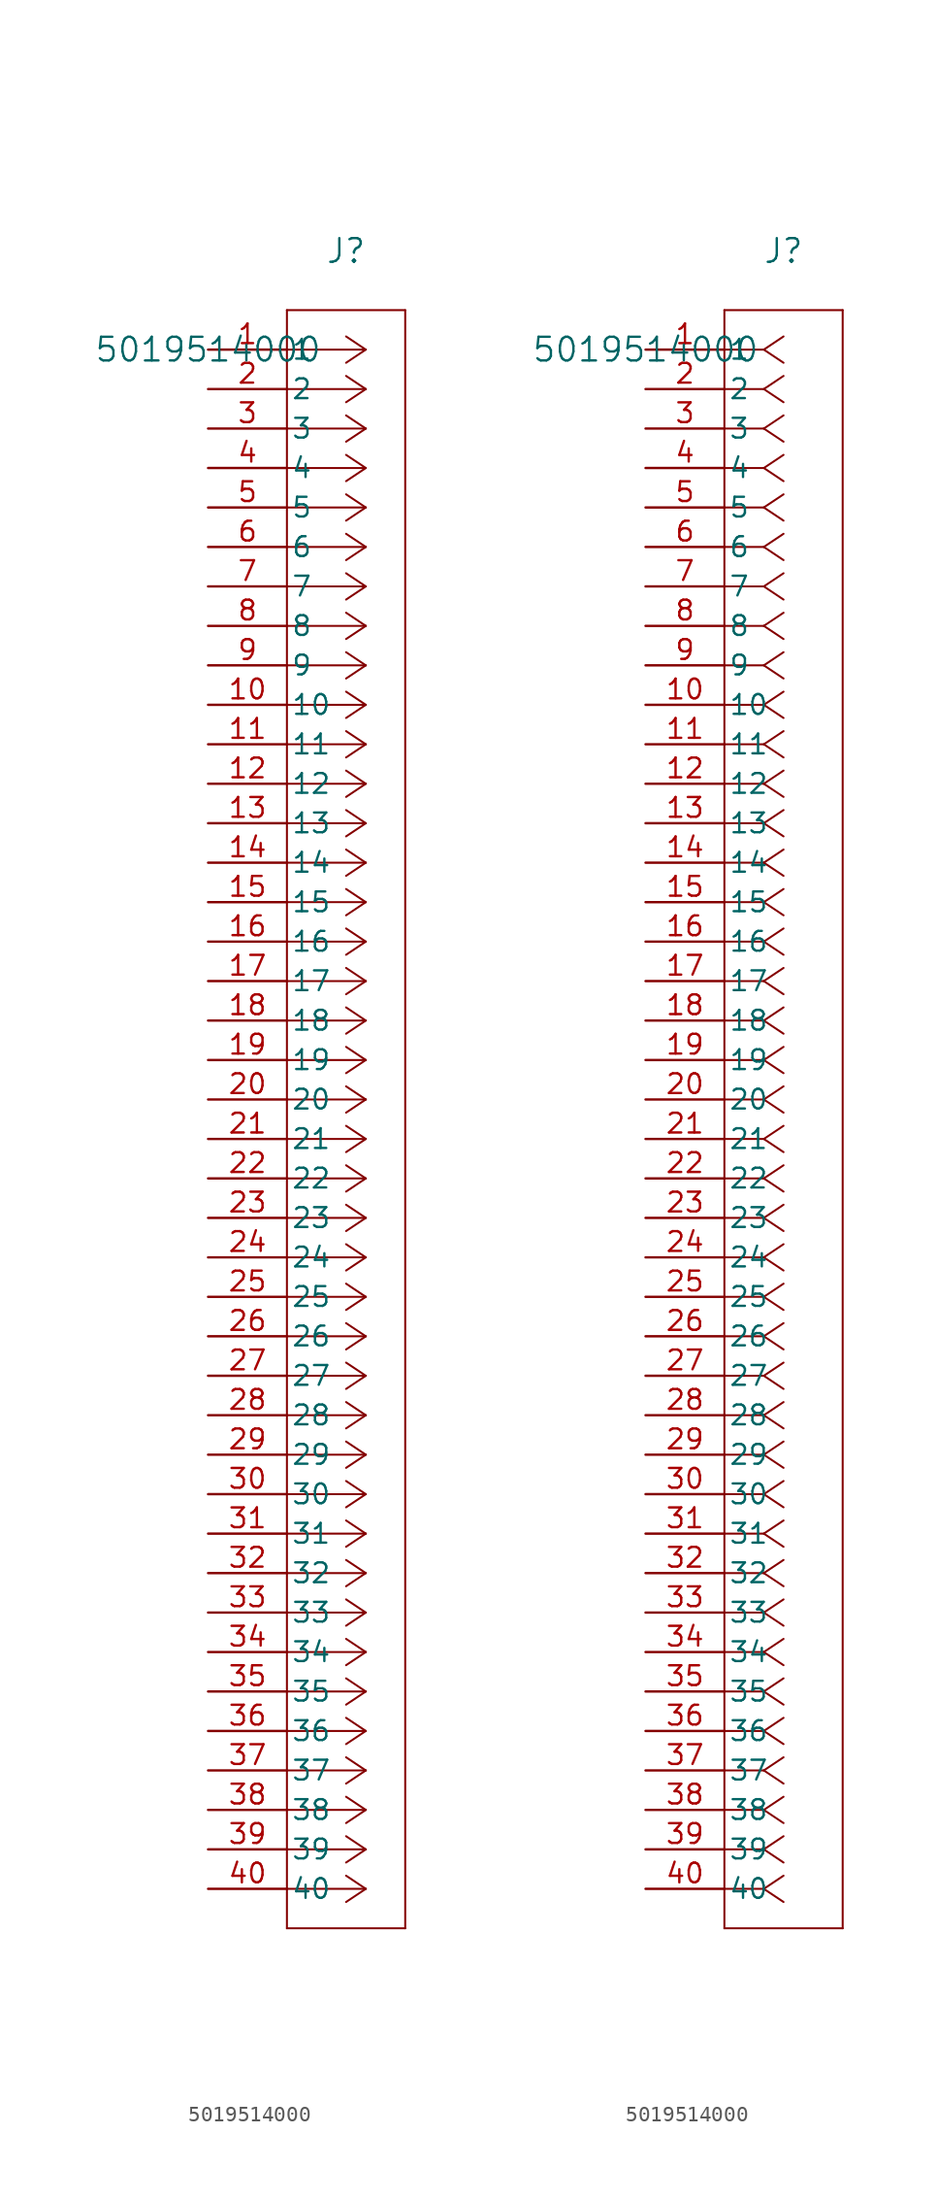
<source format=kicad_sym>
(kicad_symbol_lib
  (version 20211014)
  (generator kicad_symbol_editor)
  (symbol "5019514000"
    (pin_names
      (offset 0.254))
    (property "Reference" "J"
      (at 8.89 6.35 0)
      (effects (font (size 1.524 1.524))))
    (property "Value" "5019514000"
      (at 0 0 0)
      (effects (font (size 1.524 1.524))))
    (symbol "5019514000_1_1"
      (polyline (pts (xy 10.16 0) (xy 5.08 0)) (stroke (width 0.127) (type default) (color 0 0 0 0)) (fill (type none)))
      (polyline (pts (xy 10.16 -2.54) (xy 5.08 -2.54)) (stroke (width 0.127) (type default) (color 0 0 0 0)) (fill (type none)))
      (polyline (pts (xy 10.16 -5.08) (xy 5.08 -5.08)) (stroke (width 0.127) (type default) (color 0 0 0 0)) (fill (type none)))
      (polyline (pts (xy 10.16 -7.62) (xy 5.08 -7.62)) (stroke (width 0.127) (type default) (color 0 0 0 0)) (fill (type none)))
      (polyline (pts (xy 10.16 -10.16) (xy 5.08 -10.16)) (stroke (width 0.127) (type default) (color 0 0 0 0)) (fill (type none)))
      (polyline (pts (xy 10.16 -12.7) (xy 5.08 -12.7)) (stroke (width 0.127) (type default) (color 0 0 0 0)) (fill (type none)))
      (polyline (pts (xy 10.16 -15.24) (xy 5.08 -15.24)) (stroke (width 0.127) (type default) (color 0 0 0 0)) (fill (type none)))
      (polyline (pts (xy 10.16 -17.78) (xy 5.08 -17.78)) (stroke (width 0.127) (type default) (color 0 0 0 0)) (fill (type none)))
      (polyline (pts (xy 10.16 -20.32) (xy 5.08 -20.32)) (stroke (width 0.127) (type default) (color 0 0 0 0)) (fill (type none)))
      (polyline (pts (xy 10.16 -22.86) (xy 5.08 -22.86)) (stroke (width 0.127) (type default) (color 0 0 0 0)) (fill (type none)))
      (polyline (pts (xy 10.16 -25.4) (xy 5.08 -25.4)) (stroke (width 0.127) (type default) (color 0 0 0 0)) (fill (type none)))
      (polyline (pts (xy 10.16 -27.94) (xy 5.08 -27.94)) (stroke (width 0.127) (type default) (color 0 0 0 0)) (fill (type none)))
      (polyline (pts (xy 10.16 -30.48) (xy 5.08 -30.48)) (stroke (width 0.127) (type default) (color 0 0 0 0)) (fill (type none)))
      (polyline (pts (xy 10.16 -33.02) (xy 5.08 -33.02)) (stroke (width 0.127) (type default) (color 0 0 0 0)) (fill (type none)))
      (polyline (pts (xy 10.16 -35.56) (xy 5.08 -35.56)) (stroke (width 0.127) (type default) (color 0 0 0 0)) (fill (type none)))
      (polyline (pts (xy 10.16 -38.1) (xy 5.08 -38.1)) (stroke (width 0.127) (type default) (color 0 0 0 0)) (fill (type none)))
      (polyline (pts (xy 10.16 -40.64) (xy 5.08 -40.64)) (stroke (width 0.127) (type default) (color 0 0 0 0)) (fill (type none)))
      (polyline (pts (xy 10.16 -43.18) (xy 5.08 -43.18)) (stroke (width 0.127) (type default) (color 0 0 0 0)) (fill (type none)))
      (polyline (pts (xy 10.16 -45.72) (xy 5.08 -45.72)) (stroke (width 0.127) (type default) (color 0 0 0 0)) (fill (type none)))
      (polyline (pts (xy 10.16 -48.26) (xy 5.08 -48.26)) (stroke (width 0.127) (type default) (color 0 0 0 0)) (fill (type none)))
      (polyline (pts (xy 10.16 -50.8) (xy 5.08 -50.8)) (stroke (width 0.127) (type default) (color 0 0 0 0)) (fill (type none)))
      (polyline (pts (xy 10.16 -53.34) (xy 5.08 -53.34)) (stroke (width 0.127) (type default) (color 0 0 0 0)) (fill (type none)))
      (polyline (pts (xy 10.16 -55.88) (xy 5.08 -55.88)) (stroke (width 0.127) (type default) (color 0 0 0 0)) (fill (type none)))
      (polyline (pts (xy 10.16 -58.42) (xy 5.08 -58.42)) (stroke (width 0.127) (type default) (color 0 0 0 0)) (fill (type none)))
      (polyline (pts (xy 10.16 -60.96) (xy 5.08 -60.96)) (stroke (width 0.127) (type default) (color 0 0 0 0)) (fill (type none)))
      (polyline (pts (xy 10.16 -63.5) (xy 5.08 -63.5)) (stroke (width 0.127) (type default) (color 0 0 0 0)) (fill (type none)))
      (polyline (pts (xy 10.16 -66.04) (xy 5.08 -66.04)) (stroke (width 0.127) (type default) (color 0 0 0 0)) (fill (type none)))
      (polyline (pts (xy 10.16 -68.58) (xy 5.08 -68.58)) (stroke (width 0.127) (type default) (color 0 0 0 0)) (fill (type none)))
      (polyline (pts (xy 10.16 -71.12) (xy 5.08 -71.12)) (stroke (width 0.127) (type default) (color 0 0 0 0)) (fill (type none)))
      (polyline (pts (xy 10.16 -73.66) (xy 5.08 -73.66)) (stroke (width 0.127) (type default) (color 0 0 0 0)) (fill (type none)))
      (polyline (pts (xy 10.16 -76.2) (xy 5.08 -76.2)) (stroke (width 0.127) (type default) (color 0 0 0 0)) (fill (type none)))
      (polyline (pts (xy 10.16 -78.74) (xy 5.08 -78.74)) (stroke (width 0.127) (type default) (color 0 0 0 0)) (fill (type none)))
      (polyline (pts (xy 10.16 -81.28) (xy 5.08 -81.28)) (stroke (width 0.127) (type default) (color 0 0 0 0)) (fill (type none)))
      (polyline (pts (xy 10.16 -83.82) (xy 5.08 -83.82)) (stroke (width 0.127) (type default) (color 0 0 0 0)) (fill (type none)))
      (polyline (pts (xy 10.16 -86.36) (xy 5.08 -86.36)) (stroke (width 0.127) (type default) (color 0 0 0 0)) (fill (type none)))
      (polyline (pts (xy 10.16 -88.9) (xy 5.08 -88.9)) (stroke (width 0.127) (type default) (color 0 0 0 0)) (fill (type none)))
      (polyline (pts (xy 10.16 -91.44) (xy 5.08 -91.44)) (stroke (width 0.127) (type default) (color 0 0 0 0)) (fill (type none)))
      (polyline (pts (xy 10.16 -93.98) (xy 5.08 -93.98)) (stroke (width 0.127) (type default) (color 0 0 0 0)) (fill (type none)))
      (polyline (pts (xy 10.16 -96.52) (xy 5.08 -96.52)) (stroke (width 0.127) (type default) (color 0 0 0 0)) (fill (type none)))
      (polyline (pts (xy 10.16 -99.06) (xy 5.08 -99.06)) (stroke (width 0.127) (type default) (color 0 0 0 0)) (fill (type none)))
      (polyline (pts (xy 10.16 0) (xy 8.89 0.847)) (stroke (width 0.127) (type default) (color 0 0 0 0)) (fill (type none)))
      (polyline (pts (xy 10.16 -2.54) (xy 8.89 -1.693)) (stroke (width 0.127) (type default) (color 0 0 0 0)) (fill (type none)))
      (polyline (pts (xy 10.16 -5.08) (xy 8.89 -4.233)) (stroke (width 0.127) (type default) (color 0 0 0 0)) (fill (type none)))
      (polyline (pts (xy 10.16 -7.62) (xy 8.89 -6.773)) (stroke (width 0.127) (type default) (color 0 0 0 0)) (fill (type none)))
      (polyline (pts (xy 10.16 -10.16) (xy 8.89 -9.313)) (stroke (width 0.127) (type default) (color 0 0 0 0)) (fill (type none)))
      (polyline (pts (xy 10.16 -12.7) (xy 8.89 -11.853)) (stroke (width 0.127) (type default) (color 0 0 0 0)) (fill (type none)))
      (polyline (pts (xy 10.16 -15.24) (xy 8.89 -14.393)) (stroke (width 0.127) (type default) (color 0 0 0 0)) (fill (type none)))
      (polyline (pts (xy 10.16 -17.78) (xy 8.89 -16.933)) (stroke (width 0.127) (type default) (color 0 0 0 0)) (fill (type none)))
      (polyline (pts (xy 10.16 -20.32) (xy 8.89 -19.473)) (stroke (width 0.127) (type default) (color 0 0 0 0)) (fill (type none)))
      (polyline (pts (xy 10.16 -22.86) (xy 8.89 -22.013)) (stroke (width 0.127) (type default) (color 0 0 0 0)) (fill (type none)))
      (polyline (pts (xy 10.16 -25.4) (xy 8.89 -24.553)) (stroke (width 0.127) (type default) (color 0 0 0 0)) (fill (type none)))
      (polyline (pts (xy 10.16 -27.94) (xy 8.89 -27.093)) (stroke (width 0.127) (type default) (color 0 0 0 0)) (fill (type none)))
      (polyline (pts (xy 10.16 -30.48) (xy 8.89 -29.633)) (stroke (width 0.127) (type default) (color 0 0 0 0)) (fill (type none)))
      (polyline (pts (xy 10.16 -33.02) (xy 8.89 -32.173)) (stroke (width 0.127) (type default) (color 0 0 0 0)) (fill (type none)))
      (polyline (pts (xy 10.16 -35.56) (xy 8.89 -34.713)) (stroke (width 0.127) (type default) (color 0 0 0 0)) (fill (type none)))
      (polyline (pts (xy 10.16 -38.1) (xy 8.89 -37.253)) (stroke (width 0.127) (type default) (color 0 0 0 0)) (fill (type none)))
      (polyline (pts (xy 10.16 -40.64) (xy 8.89 -39.793)) (stroke (width 0.127) (type default) (color 0 0 0 0)) (fill (type none)))
      (polyline (pts (xy 10.16 -43.18) (xy 8.89 -42.333)) (stroke (width 0.127) (type default) (color 0 0 0 0)) (fill (type none)))
      (polyline (pts (xy 10.16 -45.72) (xy 8.89 -44.873)) (stroke (width 0.127) (type default) (color 0 0 0 0)) (fill (type none)))
      (polyline (pts (xy 10.16 -48.26) (xy 8.89 -47.413)) (stroke (width 0.127) (type default) (color 0 0 0 0)) (fill (type none)))
      (polyline (pts (xy 10.16 -50.8) (xy 8.89 -49.953)) (stroke (width 0.127) (type default) (color 0 0 0 0)) (fill (type none)))
      (polyline (pts (xy 10.16 -53.34) (xy 8.89 -52.493)) (stroke (width 0.127) (type default) (color 0 0 0 0)) (fill (type none)))
      (polyline (pts (xy 10.16 -55.88) (xy 8.89 -55.033)) (stroke (width 0.127) (type default) (color 0 0 0 0)) (fill (type none)))
      (polyline (pts (xy 10.16 -58.42) (xy 8.89 -57.573)) (stroke (width 0.127) (type default) (color 0 0 0 0)) (fill (type none)))
      (polyline (pts (xy 10.16 -60.96) (xy 8.89 -60.113)) (stroke (width 0.127) (type default) (color 0 0 0 0)) (fill (type none)))
      (polyline (pts (xy 10.16 -63.5) (xy 8.89 -62.653)) (stroke (width 0.127) (type default) (color 0 0 0 0)) (fill (type none)))
      (polyline (pts (xy 10.16 -66.04) (xy 8.89 -65.193)) (stroke (width 0.127) (type default) (color 0 0 0 0)) (fill (type none)))
      (polyline (pts (xy 10.16 -68.58) (xy 8.89 -67.733)) (stroke (width 0.127) (type default) (color 0 0 0 0)) (fill (type none)))
      (polyline (pts (xy 10.16 -71.12) (xy 8.89 -70.273)) (stroke (width 0.127) (type default) (color 0 0 0 0)) (fill (type none)))
      (polyline (pts (xy 10.16 -73.66) (xy 8.89 -72.813)) (stroke (width 0.127) (type default) (color 0 0 0 0)) (fill (type none)))
      (polyline (pts (xy 10.16 -76.2) (xy 8.89 -75.353)) (stroke (width 0.127) (type default) (color 0 0 0 0)) (fill (type none)))
      (polyline (pts (xy 10.16 -78.74) (xy 8.89 -77.893)) (stroke (width 0.127) (type default) (color 0 0 0 0)) (fill (type none)))
      (polyline (pts (xy 10.16 -81.28) (xy 8.89 -80.433)) (stroke (width 0.127) (type default) (color 0 0 0 0)) (fill (type none)))
      (polyline (pts (xy 10.16 -83.82) (xy 8.89 -82.973)) (stroke (width 0.127) (type default) (color 0 0 0 0)) (fill (type none)))
      (polyline (pts (xy 10.16 -86.36) (xy 8.89 -85.513)) (stroke (width 0.127) (type default) (color 0 0 0 0)) (fill (type none)))
      (polyline (pts (xy 10.16 -88.9) (xy 8.89 -88.053)) (stroke (width 0.127) (type default) (color 0 0 0 0)) (fill (type none)))
      (polyline (pts (xy 10.16 -91.44) (xy 8.89 -90.593)) (stroke (width 0.127) (type default) (color 0 0 0 0)) (fill (type none)))
      (polyline (pts (xy 10.16 -93.98) (xy 8.89 -93.133)) (stroke (width 0.127) (type default) (color 0 0 0 0)) (fill (type none)))
      (polyline (pts (xy 10.16 -96.52) (xy 8.89 -95.673)) (stroke (width 0.127) (type default) (color 0 0 0 0)) (fill (type none)))
      (polyline (pts (xy 10.16 -99.06) (xy 8.89 -98.213)) (stroke (width 0.127) (type default) (color 0 0 0 0)) (fill (type none)))
      (polyline (pts (xy 10.16 0) (xy 8.89 -0.847)) (stroke (width 0.127) (type default) (color 0 0 0 0)) (fill (type none)))
      (polyline (pts (xy 10.16 -2.54) (xy 8.89 -3.387)) (stroke (width 0.127) (type default) (color 0 0 0 0)) (fill (type none)))
      (polyline (pts (xy 10.16 -5.08) (xy 8.89 -5.927)) (stroke (width 0.127) (type default) (color 0 0 0 0)) (fill (type none)))
      (polyline (pts (xy 10.16 -7.62) (xy 8.89 -8.467)) (stroke (width 0.127) (type default) (color 0 0 0 0)) (fill (type none)))
      (polyline (pts (xy 10.16 -10.16) (xy 8.89 -11.007)) (stroke (width 0.127) (type default) (color 0 0 0 0)) (fill (type none)))
      (polyline (pts (xy 10.16 -12.7) (xy 8.89 -13.547)) (stroke (width 0.127) (type default) (color 0 0 0 0)) (fill (type none)))
      (polyline (pts (xy 10.16 -15.24) (xy 8.89 -16.087)) (stroke (width 0.127) (type default) (color 0 0 0 0)) (fill (type none)))
      (polyline (pts (xy 10.16 -17.78) (xy 8.89 -18.627)) (stroke (width 0.127) (type default) (color 0 0 0 0)) (fill (type none)))
      (polyline (pts (xy 10.16 -20.32) (xy 8.89 -21.167)) (stroke (width 0.127) (type default) (color 0 0 0 0)) (fill (type none)))
      (polyline (pts (xy 10.16 -22.86) (xy 8.89 -23.707)) (stroke (width 0.127) (type default) (color 0 0 0 0)) (fill (type none)))
      (polyline (pts (xy 10.16 -25.4) (xy 8.89 -26.247)) (stroke (width 0.127) (type default) (color 0 0 0 0)) (fill (type none)))
      (polyline (pts (xy 10.16 -27.94) (xy 8.89 -28.787)) (stroke (width 0.127) (type default) (color 0 0 0 0)) (fill (type none)))
      (polyline (pts (xy 10.16 -30.48) (xy 8.89 -31.327)) (stroke (width 0.127) (type default) (color 0 0 0 0)) (fill (type none)))
      (polyline (pts (xy 10.16 -33.02) (xy 8.89 -33.867)) (stroke (width 0.127) (type default) (color 0 0 0 0)) (fill (type none)))
      (polyline (pts (xy 10.16 -35.56) (xy 8.89 -36.407)) (stroke (width 0.127) (type default) (color 0 0 0 0)) (fill (type none)))
      (polyline (pts (xy 10.16 -38.1) (xy 8.89 -38.947)) (stroke (width 0.127) (type default) (color 0 0 0 0)) (fill (type none)))
      (polyline (pts (xy 10.16 -40.64) (xy 8.89 -41.487)) (stroke (width 0.127) (type default) (color 0 0 0 0)) (fill (type none)))
      (polyline (pts (xy 10.16 -43.18) (xy 8.89 -44.027)) (stroke (width 0.127) (type default) (color 0 0 0 0)) (fill (type none)))
      (polyline (pts (xy 10.16 -45.72) (xy 8.89 -46.567)) (stroke (width 0.127) (type default) (color 0 0 0 0)) (fill (type none)))
      (polyline (pts (xy 10.16 -48.26) (xy 8.89 -49.107)) (stroke (width 0.127) (type default) (color 0 0 0 0)) (fill (type none)))
      (polyline (pts (xy 10.16 -50.8) (xy 8.89 -51.647)) (stroke (width 0.127) (type default) (color 0 0 0 0)) (fill (type none)))
      (polyline (pts (xy 10.16 -53.34) (xy 8.89 -54.187)) (stroke (width 0.127) (type default) (color 0 0 0 0)) (fill (type none)))
      (polyline (pts (xy 10.16 -55.88) (xy 8.89 -56.727)) (stroke (width 0.127) (type default) (color 0 0 0 0)) (fill (type none)))
      (polyline (pts (xy 10.16 -58.42) (xy 8.89 -59.267)) (stroke (width 0.127) (type default) (color 0 0 0 0)) (fill (type none)))
      (polyline (pts (xy 10.16 -60.96) (xy 8.89 -61.807)) (stroke (width 0.127) (type default) (color 0 0 0 0)) (fill (type none)))
      (polyline (pts (xy 10.16 -63.5) (xy 8.89 -64.347)) (stroke (width 0.127) (type default) (color 0 0 0 0)) (fill (type none)))
      (polyline (pts (xy 10.16 -66.04) (xy 8.89 -66.887)) (stroke (width 0.127) (type default) (color 0 0 0 0)) (fill (type none)))
      (polyline (pts (xy 10.16 -68.58) (xy 8.89 -69.427)) (stroke (width 0.127) (type default) (color 0 0 0 0)) (fill (type none)))
      (polyline (pts (xy 10.16 -71.12) (xy 8.89 -71.967)) (stroke (width 0.127) (type default) (color 0 0 0 0)) (fill (type none)))
      (polyline (pts (xy 10.16 -73.66) (xy 8.89 -74.507)) (stroke (width 0.127) (type default) (color 0 0 0 0)) (fill (type none)))
      (polyline (pts (xy 10.16 -76.2) (xy 8.89 -77.047)) (stroke (width 0.127) (type default) (color 0 0 0 0)) (fill (type none)))
      (polyline (pts (xy 10.16 -78.74) (xy 8.89 -79.587)) (stroke (width 0.127) (type default) (color 0 0 0 0)) (fill (type none)))
      (polyline (pts (xy 10.16 -81.28) (xy 8.89 -82.127)) (stroke (width 0.127) (type default) (color 0 0 0 0)) (fill (type none)))
      (polyline (pts (xy 10.16 -83.82) (xy 8.89 -84.667)) (stroke (width 0.127) (type default) (color 0 0 0 0)) (fill (type none)))
      (polyline (pts (xy 10.16 -86.36) (xy 8.89 -87.207)) (stroke (width 0.127) (type default) (color 0 0 0 0)) (fill (type none)))
      (polyline (pts (xy 10.16 -88.9) (xy 8.89 -89.747)) (stroke (width 0.127) (type default) (color 0 0 0 0)) (fill (type none)))
      (polyline (pts (xy 10.16 -91.44) (xy 8.89 -92.287)) (stroke (width 0.127) (type default) (color 0 0 0 0)) (fill (type none)))
      (polyline (pts (xy 10.16 -93.98) (xy 8.89 -94.827)) (stroke (width 0.127) (type default) (color 0 0 0 0)) (fill (type none)))
      (polyline (pts (xy 10.16 -96.52) (xy 8.89 -97.367)) (stroke (width 0.127) (type default) (color 0 0 0 0)) (fill (type none)))
      (polyline (pts (xy 10.16 -99.06) (xy 8.89 -99.907)) (stroke (width 0.127) (type default) (color 0 0 0 0)) (fill (type none)))
      (polyline (pts (xy 5.08 2.54) (xy 5.08 -101.6)) (stroke (width 0.127) (type default) (color 0 0 0 0)) (fill (type none)))
      (polyline (pts (xy 5.08 -101.6) (xy 12.7 -101.6)) (stroke (width 0.127) (type default) (color 0 0 0 0)) (fill (type none)))
      (polyline (pts (xy 12.7 -101.6) (xy 12.7 2.54)) (stroke (width 0.127) (type default) (color 0 0 0 0)) (fill (type none)))
      (polyline (pts (xy 12.7 2.54) (xy 5.08 2.54)) (stroke (width 0.127) (type default) (color 0 0 0 0)) (fill (type none)))
      (pin unspecified line (at 0 0 0) (length 5.08) (name "1" (effects (font (size 1.27 1.27)))) (number "1" (effects (font (size 1.27 1.27)))))
      (pin unspecified line (at 0 -2.54 0) (length 5.08) (name "2" (effects (font (size 1.27 1.27)))) (number "2" (effects (font (size 1.27 1.27)))))
      (pin unspecified line (at 0 -5.08 0) (length 5.08) (name "3" (effects (font (size 1.27 1.27)))) (number "3" (effects (font (size 1.27 1.27)))))
      (pin unspecified line (at 0 -7.62 0) (length 5.08) (name "4" (effects (font (size 1.27 1.27)))) (number "4" (effects (font (size 1.27 1.27)))))
      (pin unspecified line (at 0 -10.16 0) (length 5.08) (name "5" (effects (font (size 1.27 1.27)))) (number "5" (effects (font (size 1.27 1.27)))))
      (pin unspecified line (at 0 -12.7 0) (length 5.08) (name "6" (effects (font (size 1.27 1.27)))) (number "6" (effects (font (size 1.27 1.27)))))
      (pin unspecified line (at 0 -15.24 0) (length 5.08) (name "7" (effects (font (size 1.27 1.27)))) (number "7" (effects (font (size 1.27 1.27)))))
      (pin unspecified line (at 0 -17.78 0) (length 5.08) (name "8" (effects (font (size 1.27 1.27)))) (number "8" (effects (font (size 1.27 1.27)))))
      (pin unspecified line (at 0 -20.32 0) (length 5.08) (name "9" (effects (font (size 1.27 1.27)))) (number "9" (effects (font (size 1.27 1.27)))))
      (pin unspecified line (at 0 -22.86 0) (length 5.08) (name "10" (effects (font (size 1.27 1.27)))) (number "10" (effects (font (size 1.27 1.27)))))
      (pin unspecified line (at 0 -25.4 0) (length 5.08) (name "11" (effects (font (size 1.27 1.27)))) (number "11" (effects (font (size 1.27 1.27)))))
      (pin unspecified line (at 0 -27.94 0) (length 5.08) (name "12" (effects (font (size 1.27 1.27)))) (number "12" (effects (font (size 1.27 1.27)))))
      (pin unspecified line (at 0 -30.48 0) (length 5.08) (name "13" (effects (font (size 1.27 1.27)))) (number "13" (effects (font (size 1.27 1.27)))))
      (pin unspecified line (at 0 -33.02 0) (length 5.08) (name "14" (effects (font (size 1.27 1.27)))) (number "14" (effects (font (size 1.27 1.27)))))
      (pin unspecified line (at 0 -35.56 0) (length 5.08) (name "15" (effects (font (size 1.27 1.27)))) (number "15" (effects (font (size 1.27 1.27)))))
      (pin unspecified line (at 0 -38.1 0) (length 5.08) (name "16" (effects (font (size 1.27 1.27)))) (number "16" (effects (font (size 1.27 1.27)))))
      (pin unspecified line (at 0 -40.64 0) (length 5.08) (name "17" (effects (font (size 1.27 1.27)))) (number "17" (effects (font (size 1.27 1.27)))))
      (pin unspecified line (at 0 -43.18 0) (length 5.08) (name "18" (effects (font (size 1.27 1.27)))) (number "18" (effects (font (size 1.27 1.27)))))
      (pin unspecified line (at 0 -45.72 0) (length 5.08) (name "19" (effects (font (size 1.27 1.27)))) (number "19" (effects (font (size 1.27 1.27)))))
      (pin unspecified line (at 0 -48.26 0) (length 5.08) (name "20" (effects (font (size 1.27 1.27)))) (number "20" (effects (font (size 1.27 1.27)))))
      (pin unspecified line (at 0 -50.8 0) (length 5.08) (name "21" (effects (font (size 1.27 1.27)))) (number "21" (effects (font (size 1.27 1.27)))))
      (pin unspecified line (at 0 -53.34 0) (length 5.08) (name "22" (effects (font (size 1.27 1.27)))) (number "22" (effects (font (size 1.27 1.27)))))
      (pin unspecified line (at 0 -55.88 0) (length 5.08) (name "23" (effects (font (size 1.27 1.27)))) (number "23" (effects (font (size 1.27 1.27)))))
      (pin unspecified line (at 0 -58.42 0) (length 5.08) (name "24" (effects (font (size 1.27 1.27)))) (number "24" (effects (font (size 1.27 1.27)))))
      (pin unspecified line (at 0 -60.96 0) (length 5.08) (name "25" (effects (font (size 1.27 1.27)))) (number "25" (effects (font (size 1.27 1.27)))))
      (pin unspecified line (at 0 -63.5 0) (length 5.08) (name "26" (effects (font (size 1.27 1.27)))) (number "26" (effects (font (size 1.27 1.27)))))
      (pin unspecified line (at 0 -66.04 0) (length 5.08) (name "27" (effects (font (size 1.27 1.27)))) (number "27" (effects (font (size 1.27 1.27)))))
      (pin unspecified line (at 0 -68.58 0) (length 5.08) (name "28" (effects (font (size 1.27 1.27)))) (number "28" (effects (font (size 1.27 1.27)))))
      (pin unspecified line (at 0 -71.12 0) (length 5.08) (name "29" (effects (font (size 1.27 1.27)))) (number "29" (effects (font (size 1.27 1.27)))))
      (pin unspecified line (at 0 -73.66 0) (length 5.08) (name "30" (effects (font (size 1.27 1.27)))) (number "30" (effects (font (size 1.27 1.27)))))
      (pin unspecified line (at 0 -76.2 0) (length 5.08) (name "31" (effects (font (size 1.27 1.27)))) (number "31" (effects (font (size 1.27 1.27)))))
      (pin unspecified line (at 0 -78.74 0) (length 5.08) (name "32" (effects (font (size 1.27 1.27)))) (number "32" (effects (font (size 1.27 1.27)))))
      (pin unspecified line (at 0 -81.28 0) (length 5.08) (name "33" (effects (font (size 1.27 1.27)))) (number "33" (effects (font (size 1.27 1.27)))))
      (pin unspecified line (at 0 -83.82 0) (length 5.08) (name "34" (effects (font (size 1.27 1.27)))) (number "34" (effects (font (size 1.27 1.27)))))
      (pin unspecified line (at 0 -86.36 0) (length 5.08) (name "35" (effects (font (size 1.27 1.27)))) (number "35" (effects (font (size 1.27 1.27)))))
      (pin unspecified line (at 0 -88.9 0) (length 5.08) (name "36" (effects (font (size 1.27 1.27)))) (number "36" (effects (font (size 1.27 1.27)))))
      (pin unspecified line (at 0 -91.44 0) (length 5.08) (name "37" (effects (font (size 1.27 1.27)))) (number "37" (effects (font (size 1.27 1.27)))))
      (pin unspecified line (at 0 -93.98 0) (length 5.08) (name "38" (effects (font (size 1.27 1.27)))) (number "38" (effects (font (size 1.27 1.27)))))
      (pin unspecified line (at 0 -96.52 0) (length 5.08) (name "39" (effects (font (size 1.27 1.27)))) (number "39" (effects (font (size 1.27 1.27)))))
      (pin unspecified line (at 0 -99.06 0) (length 5.08) (name "40" (effects (font (size 1.27 1.27)))) (number "40" (effects (font (size 1.27 1.27))))))
    (symbol "5019514000_1_2"
      (polyline (pts (xy 7.62 0) (xy 5.08 0)) (stroke (width 0.127) (type default) (color 0 0 0 0)) (fill (type none)))
      (polyline (pts (xy 7.62 -2.54) (xy 5.08 -2.54)) (stroke (width 0.127) (type default) (color 0 0 0 0)) (fill (type none)))
      (polyline (pts (xy 7.62 -5.08) (xy 5.08 -5.08)) (stroke (width 0.127) (type default) (color 0 0 0 0)) (fill (type none)))
      (polyline (pts (xy 7.62 -7.62) (xy 5.08 -7.62)) (stroke (width 0.127) (type default) (color 0 0 0 0)) (fill (type none)))
      (polyline (pts (xy 7.62 -10.16) (xy 5.08 -10.16)) (stroke (width 0.127) (type default) (color 0 0 0 0)) (fill (type none)))
      (polyline (pts (xy 7.62 -12.7) (xy 5.08 -12.7)) (stroke (width 0.127) (type default) (color 0 0 0 0)) (fill (type none)))
      (polyline (pts (xy 7.62 -15.24) (xy 5.08 -15.24)) (stroke (width 0.127) (type default) (color 0 0 0 0)) (fill (type none)))
      (polyline (pts (xy 7.62 -17.78) (xy 5.08 -17.78)) (stroke (width 0.127) (type default) (color 0 0 0 0)) (fill (type none)))
      (polyline (pts (xy 7.62 -20.32) (xy 5.08 -20.32)) (stroke (width 0.127) (type default) (color 0 0 0 0)) (fill (type none)))
      (polyline (pts (xy 7.62 -22.86) (xy 5.08 -22.86)) (stroke (width 0.127) (type default) (color 0 0 0 0)) (fill (type none)))
      (polyline (pts (xy 7.62 -25.4) (xy 5.08 -25.4)) (stroke (width 0.127) (type default) (color 0 0 0 0)) (fill (type none)))
      (polyline (pts (xy 7.62 -27.94) (xy 5.08 -27.94)) (stroke (width 0.127) (type default) (color 0 0 0 0)) (fill (type none)))
      (polyline (pts (xy 7.62 -30.48) (xy 5.08 -30.48)) (stroke (width 0.127) (type default) (color 0 0 0 0)) (fill (type none)))
      (polyline (pts (xy 7.62 -33.02) (xy 5.08 -33.02)) (stroke (width 0.127) (type default) (color 0 0 0 0)) (fill (type none)))
      (polyline (pts (xy 7.62 -35.56) (xy 5.08 -35.56)) (stroke (width 0.127) (type default) (color 0 0 0 0)) (fill (type none)))
      (polyline (pts (xy 7.62 -38.1) (xy 5.08 -38.1)) (stroke (width 0.127) (type default) (color 0 0 0 0)) (fill (type none)))
      (polyline (pts (xy 7.62 -40.64) (xy 5.08 -40.64)) (stroke (width 0.127) (type default) (color 0 0 0 0)) (fill (type none)))
      (polyline (pts (xy 7.62 -43.18) (xy 5.08 -43.18)) (stroke (width 0.127) (type default) (color 0 0 0 0)) (fill (type none)))
      (polyline (pts (xy 7.62 -45.72) (xy 5.08 -45.72)) (stroke (width 0.127) (type default) (color 0 0 0 0)) (fill (type none)))
      (polyline (pts (xy 7.62 -48.26) (xy 5.08 -48.26)) (stroke (width 0.127) (type default) (color 0 0 0 0)) (fill (type none)))
      (polyline (pts (xy 7.62 -50.8) (xy 5.08 -50.8)) (stroke (width 0.127) (type default) (color 0 0 0 0)) (fill (type none)))
      (polyline (pts (xy 7.62 -53.34) (xy 5.08 -53.34)) (stroke (width 0.127) (type default) (color 0 0 0 0)) (fill (type none)))
      (polyline (pts (xy 7.62 -55.88) (xy 5.08 -55.88)) (stroke (width 0.127) (type default) (color 0 0 0 0)) (fill (type none)))
      (polyline (pts (xy 7.62 -58.42) (xy 5.08 -58.42)) (stroke (width 0.127) (type default) (color 0 0 0 0)) (fill (type none)))
      (polyline (pts (xy 7.62 -60.96) (xy 5.08 -60.96)) (stroke (width 0.127) (type default) (color 0 0 0 0)) (fill (type none)))
      (polyline (pts (xy 7.62 -63.5) (xy 5.08 -63.5)) (stroke (width 0.127) (type default) (color 0 0 0 0)) (fill (type none)))
      (polyline (pts (xy 7.62 -66.04) (xy 5.08 -66.04)) (stroke (width 0.127) (type default) (color 0 0 0 0)) (fill (type none)))
      (polyline (pts (xy 7.62 -68.58) (xy 5.08 -68.58)) (stroke (width 0.127) (type default) (color 0 0 0 0)) (fill (type none)))
      (polyline (pts (xy 7.62 -71.12) (xy 5.08 -71.12)) (stroke (width 0.127) (type default) (color 0 0 0 0)) (fill (type none)))
      (polyline (pts (xy 7.62 -73.66) (xy 5.08 -73.66)) (stroke (width 0.127) (type default) (color 0 0 0 0)) (fill (type none)))
      (polyline (pts (xy 7.62 -76.2) (xy 5.08 -76.2)) (stroke (width 0.127) (type default) (color 0 0 0 0)) (fill (type none)))
      (polyline (pts (xy 7.62 -78.74) (xy 5.08 -78.74)) (stroke (width 0.127) (type default) (color 0 0 0 0)) (fill (type none)))
      (polyline (pts (xy 7.62 -81.28) (xy 5.08 -81.28)) (stroke (width 0.127) (type default) (color 0 0 0 0)) (fill (type none)))
      (polyline (pts (xy 7.62 -83.82) (xy 5.08 -83.82)) (stroke (width 0.127) (type default) (color 0 0 0 0)) (fill (type none)))
      (polyline (pts (xy 7.62 -86.36) (xy 5.08 -86.36)) (stroke (width 0.127) (type default) (color 0 0 0 0)) (fill (type none)))
      (polyline (pts (xy 7.62 -88.9) (xy 5.08 -88.9)) (stroke (width 0.127) (type default) (color 0 0 0 0)) (fill (type none)))
      (polyline (pts (xy 7.62 -91.44) (xy 5.08 -91.44)) (stroke (width 0.127) (type default) (color 0 0 0 0)) (fill (type none)))
      (polyline (pts (xy 7.62 -93.98) (xy 5.08 -93.98)) (stroke (width 0.127) (type default) (color 0 0 0 0)) (fill (type none)))
      (polyline (pts (xy 7.62 -96.52) (xy 5.08 -96.52)) (stroke (width 0.127) (type default) (color 0 0 0 0)) (fill (type none)))
      (polyline (pts (xy 7.62 -99.06) (xy 5.08 -99.06)) (stroke (width 0.127) (type default) (color 0 0 0 0)) (fill (type none)))
      (polyline (pts (xy 7.62 0) (xy 8.89 0.847)) (stroke (width 0.127) (type default) (color 0 0 0 0)) (fill (type none)))
      (polyline (pts (xy 7.62 -2.54) (xy 8.89 -1.693)) (stroke (width 0.127) (type default) (color 0 0 0 0)) (fill (type none)))
      (polyline (pts (xy 7.62 -5.08) (xy 8.89 -4.233)) (stroke (width 0.127) (type default) (color 0 0 0 0)) (fill (type none)))
      (polyline (pts (xy 7.62 -7.62) (xy 8.89 -6.773)) (stroke (width 0.127) (type default) (color 0 0 0 0)) (fill (type none)))
      (polyline (pts (xy 7.62 -10.16) (xy 8.89 -9.313)) (stroke (width 0.127) (type default) (color 0 0 0 0)) (fill (type none)))
      (polyline (pts (xy 7.62 -12.7) (xy 8.89 -11.853)) (stroke (width 0.127) (type default) (color 0 0 0 0)) (fill (type none)))
      (polyline (pts (xy 7.62 -15.24) (xy 8.89 -14.393)) (stroke (width 0.127) (type default) (color 0 0 0 0)) (fill (type none)))
      (polyline (pts (xy 7.62 -17.78) (xy 8.89 -16.933)) (stroke (width 0.127) (type default) (color 0 0 0 0)) (fill (type none)))
      (polyline (pts (xy 7.62 -20.32) (xy 8.89 -19.473)) (stroke (width 0.127) (type default) (color 0 0 0 0)) (fill (type none)))
      (polyline (pts (xy 7.62 -22.86) (xy 8.89 -22.013)) (stroke (width 0.127) (type default) (color 0 0 0 0)) (fill (type none)))
      (polyline (pts (xy 7.62 -25.4) (xy 8.89 -24.553)) (stroke (width 0.127) (type default) (color 0 0 0 0)) (fill (type none)))
      (polyline (pts (xy 7.62 -27.94) (xy 8.89 -27.093)) (stroke (width 0.127) (type default) (color 0 0 0 0)) (fill (type none)))
      (polyline (pts (xy 7.62 -30.48) (xy 8.89 -29.633)) (stroke (width 0.127) (type default) (color 0 0 0 0)) (fill (type none)))
      (polyline (pts (xy 7.62 -33.02) (xy 8.89 -32.173)) (stroke (width 0.127) (type default) (color 0 0 0 0)) (fill (type none)))
      (polyline (pts (xy 7.62 -35.56) (xy 8.89 -34.713)) (stroke (width 0.127) (type default) (color 0 0 0 0)) (fill (type none)))
      (polyline (pts (xy 7.62 -38.1) (xy 8.89 -37.253)) (stroke (width 0.127) (type default) (color 0 0 0 0)) (fill (type none)))
      (polyline (pts (xy 7.62 -40.64) (xy 8.89 -39.793)) (stroke (width 0.127) (type default) (color 0 0 0 0)) (fill (type none)))
      (polyline (pts (xy 7.62 -43.18) (xy 8.89 -42.333)) (stroke (width 0.127) (type default) (color 0 0 0 0)) (fill (type none)))
      (polyline (pts (xy 7.62 -45.72) (xy 8.89 -44.873)) (stroke (width 0.127) (type default) (color 0 0 0 0)) (fill (type none)))
      (polyline (pts (xy 7.62 -48.26) (xy 8.89 -47.413)) (stroke (width 0.127) (type default) (color 0 0 0 0)) (fill (type none)))
      (polyline (pts (xy 7.62 -50.8) (xy 8.89 -49.953)) (stroke (width 0.127) (type default) (color 0 0 0 0)) (fill (type none)))
      (polyline (pts (xy 7.62 -53.34) (xy 8.89 -52.493)) (stroke (width 0.127) (type default) (color 0 0 0 0)) (fill (type none)))
      (polyline (pts (xy 7.62 -55.88) (xy 8.89 -55.033)) (stroke (width 0.127) (type default) (color 0 0 0 0)) (fill (type none)))
      (polyline (pts (xy 7.62 -58.42) (xy 8.89 -57.573)) (stroke (width 0.127) (type default) (color 0 0 0 0)) (fill (type none)))
      (polyline (pts (xy 7.62 -60.96) (xy 8.89 -60.113)) (stroke (width 0.127) (type default) (color 0 0 0 0)) (fill (type none)))
      (polyline (pts (xy 7.62 -63.5) (xy 8.89 -62.653)) (stroke (width 0.127) (type default) (color 0 0 0 0)) (fill (type none)))
      (polyline (pts (xy 7.62 -66.04) (xy 8.89 -65.193)) (stroke (width 0.127) (type default) (color 0 0 0 0)) (fill (type none)))
      (polyline (pts (xy 7.62 -68.58) (xy 8.89 -67.733)) (stroke (width 0.127) (type default) (color 0 0 0 0)) (fill (type none)))
      (polyline (pts (xy 7.62 -71.12) (xy 8.89 -70.273)) (stroke (width 0.127) (type default) (color 0 0 0 0)) (fill (type none)))
      (polyline (pts (xy 7.62 -73.66) (xy 8.89 -72.813)) (stroke (width 0.127) (type default) (color 0 0 0 0)) (fill (type none)))
      (polyline (pts (xy 7.62 -76.2) (xy 8.89 -75.353)) (stroke (width 0.127) (type default) (color 0 0 0 0)) (fill (type none)))
      (polyline (pts (xy 7.62 -78.74) (xy 8.89 -77.893)) (stroke (width 0.127) (type default) (color 0 0 0 0)) (fill (type none)))
      (polyline (pts (xy 7.62 -81.28) (xy 8.89 -80.433)) (stroke (width 0.127) (type default) (color 0 0 0 0)) (fill (type none)))
      (polyline (pts (xy 7.62 -83.82) (xy 8.89 -82.973)) (stroke (width 0.127) (type default) (color 0 0 0 0)) (fill (type none)))
      (polyline (pts (xy 7.62 -86.36) (xy 8.89 -85.513)) (stroke (width 0.127) (type default) (color 0 0 0 0)) (fill (type none)))
      (polyline (pts (xy 7.62 -88.9) (xy 8.89 -88.053)) (stroke (width 0.127) (type default) (color 0 0 0 0)) (fill (type none)))
      (polyline (pts (xy 7.62 -91.44) (xy 8.89 -90.593)) (stroke (width 0.127) (type default) (color 0 0 0 0)) (fill (type none)))
      (polyline (pts (xy 7.62 -93.98) (xy 8.89 -93.133)) (stroke (width 0.127) (type default) (color 0 0 0 0)) (fill (type none)))
      (polyline (pts (xy 7.62 -96.52) (xy 8.89 -95.673)) (stroke (width 0.127) (type default) (color 0 0 0 0)) (fill (type none)))
      (polyline (pts (xy 7.62 -99.06) (xy 8.89 -98.213)) (stroke (width 0.127) (type default) (color 0 0 0 0)) (fill (type none)))
      (polyline (pts (xy 7.62 0) (xy 8.89 -0.847)) (stroke (width 0.127) (type default) (color 0 0 0 0)) (fill (type none)))
      (polyline (pts (xy 7.62 -2.54) (xy 8.89 -3.387)) (stroke (width 0.127) (type default) (color 0 0 0 0)) (fill (type none)))
      (polyline (pts (xy 7.62 -5.08) (xy 8.89 -5.927)) (stroke (width 0.127) (type default) (color 0 0 0 0)) (fill (type none)))
      (polyline (pts (xy 7.62 -7.62) (xy 8.89 -8.467)) (stroke (width 0.127) (type default) (color 0 0 0 0)) (fill (type none)))
      (polyline (pts (xy 7.62 -10.16) (xy 8.89 -11.007)) (stroke (width 0.127) (type default) (color 0 0 0 0)) (fill (type none)))
      (polyline (pts (xy 7.62 -12.7) (xy 8.89 -13.547)) (stroke (width 0.127) (type default) (color 0 0 0 0)) (fill (type none)))
      (polyline (pts (xy 7.62 -15.24) (xy 8.89 -16.087)) (stroke (width 0.127) (type default) (color 0 0 0 0)) (fill (type none)))
      (polyline (pts (xy 7.62 -17.78) (xy 8.89 -18.627)) (stroke (width 0.127) (type default) (color 0 0 0 0)) (fill (type none)))
      (polyline (pts (xy 7.62 -20.32) (xy 8.89 -21.167)) (stroke (width 0.127) (type default) (color 0 0 0 0)) (fill (type none)))
      (polyline (pts (xy 7.62 -22.86) (xy 8.89 -23.707)) (stroke (width 0.127) (type default) (color 0 0 0 0)) (fill (type none)))
      (polyline (pts (xy 7.62 -25.4) (xy 8.89 -26.247)) (stroke (width 0.127) (type default) (color 0 0 0 0)) (fill (type none)))
      (polyline (pts (xy 7.62 -27.94) (xy 8.89 -28.787)) (stroke (width 0.127) (type default) (color 0 0 0 0)) (fill (type none)))
      (polyline (pts (xy 7.62 -30.48) (xy 8.89 -31.327)) (stroke (width 0.127) (type default) (color 0 0 0 0)) (fill (type none)))
      (polyline (pts (xy 7.62 -33.02) (xy 8.89 -33.867)) (stroke (width 0.127) (type default) (color 0 0 0 0)) (fill (type none)))
      (polyline (pts (xy 7.62 -35.56) (xy 8.89 -36.407)) (stroke (width 0.127) (type default) (color 0 0 0 0)) (fill (type none)))
      (polyline (pts (xy 7.62 -38.1) (xy 8.89 -38.947)) (stroke (width 0.127) (type default) (color 0 0 0 0)) (fill (type none)))
      (polyline (pts (xy 7.62 -40.64) (xy 8.89 -41.487)) (stroke (width 0.127) (type default) (color 0 0 0 0)) (fill (type none)))
      (polyline (pts (xy 7.62 -43.18) (xy 8.89 -44.027)) (stroke (width 0.127) (type default) (color 0 0 0 0)) (fill (type none)))
      (polyline (pts (xy 7.62 -45.72) (xy 8.89 -46.567)) (stroke (width 0.127) (type default) (color 0 0 0 0)) (fill (type none)))
      (polyline (pts (xy 7.62 -48.26) (xy 8.89 -49.107)) (stroke (width 0.127) (type default) (color 0 0 0 0)) (fill (type none)))
      (polyline (pts (xy 7.62 -50.8) (xy 8.89 -51.647)) (stroke (width 0.127) (type default) (color 0 0 0 0)) (fill (type none)))
      (polyline (pts (xy 7.62 -53.34) (xy 8.89 -54.187)) (stroke (width 0.127) (type default) (color 0 0 0 0)) (fill (type none)))
      (polyline (pts (xy 7.62 -55.88) (xy 8.89 -56.727)) (stroke (width 0.127) (type default) (color 0 0 0 0)) (fill (type none)))
      (polyline (pts (xy 7.62 -58.42) (xy 8.89 -59.267)) (stroke (width 0.127) (type default) (color 0 0 0 0)) (fill (type none)))
      (polyline (pts (xy 7.62 -60.96) (xy 8.89 -61.807)) (stroke (width 0.127) (type default) (color 0 0 0 0)) (fill (type none)))
      (polyline (pts (xy 7.62 -63.5) (xy 8.89 -64.347)) (stroke (width 0.127) (type default) (color 0 0 0 0)) (fill (type none)))
      (polyline (pts (xy 7.62 -66.04) (xy 8.89 -66.887)) (stroke (width 0.127) (type default) (color 0 0 0 0)) (fill (type none)))
      (polyline (pts (xy 7.62 -68.58) (xy 8.89 -69.427)) (stroke (width 0.127) (type default) (color 0 0 0 0)) (fill (type none)))
      (polyline (pts (xy 7.62 -71.12) (xy 8.89 -71.967)) (stroke (width 0.127) (type default) (color 0 0 0 0)) (fill (type none)))
      (polyline (pts (xy 7.62 -73.66) (xy 8.89 -74.507)) (stroke (width 0.127) (type default) (color 0 0 0 0)) (fill (type none)))
      (polyline (pts (xy 7.62 -76.2) (xy 8.89 -77.047)) (stroke (width 0.127) (type default) (color 0 0 0 0)) (fill (type none)))
      (polyline (pts (xy 7.62 -78.74) (xy 8.89 -79.587)) (stroke (width 0.127) (type default) (color 0 0 0 0)) (fill (type none)))
      (polyline (pts (xy 7.62 -81.28) (xy 8.89 -82.127)) (stroke (width 0.127) (type default) (color 0 0 0 0)) (fill (type none)))
      (polyline (pts (xy 7.62 -83.82) (xy 8.89 -84.667)) (stroke (width 0.127) (type default) (color 0 0 0 0)) (fill (type none)))
      (polyline (pts (xy 7.62 -86.36) (xy 8.89 -87.207)) (stroke (width 0.127) (type default) (color 0 0 0 0)) (fill (type none)))
      (polyline (pts (xy 7.62 -88.9) (xy 8.89 -89.747)) (stroke (width 0.127) (type default) (color 0 0 0 0)) (fill (type none)))
      (polyline (pts (xy 7.62 -91.44) (xy 8.89 -92.287)) (stroke (width 0.127) (type default) (color 0 0 0 0)) (fill (type none)))
      (polyline (pts (xy 7.62 -93.98) (xy 8.89 -94.827)) (stroke (width 0.127) (type default) (color 0 0 0 0)) (fill (type none)))
      (polyline (pts (xy 7.62 -96.52) (xy 8.89 -97.367)) (stroke (width 0.127) (type default) (color 0 0 0 0)) (fill (type none)))
      (polyline (pts (xy 7.62 -99.06) (xy 8.89 -99.907)) (stroke (width 0.127) (type default) (color 0 0 0 0)) (fill (type none)))
      (polyline (pts (xy 5.08 2.54) (xy 5.08 -101.6)) (stroke (width 0.127) (type default) (color 0 0 0 0)) (fill (type none)))
      (polyline (pts (xy 5.08 -101.6) (xy 12.7 -101.6)) (stroke (width 0.127) (type default) (color 0 0 0 0)) (fill (type none)))
      (polyline (pts (xy 12.7 -101.6) (xy 12.7 2.54)) (stroke (width 0.127) (type default) (color 0 0 0 0)) (fill (type none)))
      (polyline (pts (xy 12.7 2.54) (xy 5.08 2.54)) (stroke (width 0.127) (type default) (color 0 0 0 0)) (fill (type none)))
      (pin unspecified line (at 0 0 0) (length 5.08) (name "1" (effects (font (size 1.27 1.27)))) (number "1" (effects (font (size 1.27 1.27)))))
      (pin unspecified line (at 0 -2.54 0) (length 5.08) (name "2" (effects (font (size 1.27 1.27)))) (number "2" (effects (font (size 1.27 1.27)))))
      (pin unspecified line (at 0 -5.08 0) (length 5.08) (name "3" (effects (font (size 1.27 1.27)))) (number "3" (effects (font (size 1.27 1.27)))))
      (pin unspecified line (at 0 -7.62 0) (length 5.08) (name "4" (effects (font (size 1.27 1.27)))) (number "4" (effects (font (size 1.27 1.27)))))
      (pin unspecified line (at 0 -10.16 0) (length 5.08) (name "5" (effects (font (size 1.27 1.27)))) (number "5" (effects (font (size 1.27 1.27)))))
      (pin unspecified line (at 0 -12.7 0) (length 5.08) (name "6" (effects (font (size 1.27 1.27)))) (number "6" (effects (font (size 1.27 1.27)))))
      (pin unspecified line (at 0 -15.24 0) (length 5.08) (name "7" (effects (font (size 1.27 1.27)))) (number "7" (effects (font (size 1.27 1.27)))))
      (pin unspecified line (at 0 -17.78 0) (length 5.08) (name "8" (effects (font (size 1.27 1.27)))) (number "8" (effects (font (size 1.27 1.27)))))
      (pin unspecified line (at 0 -20.32 0) (length 5.08) (name "9" (effects (font (size 1.27 1.27)))) (number "9" (effects (font (size 1.27 1.27)))))
      (pin unspecified line (at 0 -22.86 0) (length 5.08) (name "10" (effects (font (size 1.27 1.27)))) (number "10" (effects (font (size 1.27 1.27)))))
      (pin unspecified line (at 0 -25.4 0) (length 5.08) (name "11" (effects (font (size 1.27 1.27)))) (number "11" (effects (font (size 1.27 1.27)))))
      (pin unspecified line (at 0 -27.94 0) (length 5.08) (name "12" (effects (font (size 1.27 1.27)))) (number "12" (effects (font (size 1.27 1.27)))))
      (pin unspecified line (at 0 -30.48 0) (length 5.08) (name "13" (effects (font (size 1.27 1.27)))) (number "13" (effects (font (size 1.27 1.27)))))
      (pin unspecified line (at 0 -33.02 0) (length 5.08) (name "14" (effects (font (size 1.27 1.27)))) (number "14" (effects (font (size 1.27 1.27)))))
      (pin unspecified line (at 0 -35.56 0) (length 5.08) (name "15" (effects (font (size 1.27 1.27)))) (number "15" (effects (font (size 1.27 1.27)))))
      (pin unspecified line (at 0 -38.1 0) (length 5.08) (name "16" (effects (font (size 1.27 1.27)))) (number "16" (effects (font (size 1.27 1.27)))))
      (pin unspecified line (at 0 -40.64 0) (length 5.08) (name "17" (effects (font (size 1.27 1.27)))) (number "17" (effects (font (size 1.27 1.27)))))
      (pin unspecified line (at 0 -43.18 0) (length 5.08) (name "18" (effects (font (size 1.27 1.27)))) (number "18" (effects (font (size 1.27 1.27)))))
      (pin unspecified line (at 0 -45.72 0) (length 5.08) (name "19" (effects (font (size 1.27 1.27)))) (number "19" (effects (font (size 1.27 1.27)))))
      (pin unspecified line (at 0 -48.26 0) (length 5.08) (name "20" (effects (font (size 1.27 1.27)))) (number "20" (effects (font (size 1.27 1.27)))))
      (pin unspecified line (at 0 -50.8 0) (length 5.08) (name "21" (effects (font (size 1.27 1.27)))) (number "21" (effects (font (size 1.27 1.27)))))
      (pin unspecified line (at 0 -53.34 0) (length 5.08) (name "22" (effects (font (size 1.27 1.27)))) (number "22" (effects (font (size 1.27 1.27)))))
      (pin unspecified line (at 0 -55.88 0) (length 5.08) (name "23" (effects (font (size 1.27 1.27)))) (number "23" (effects (font (size 1.27 1.27)))))
      (pin unspecified line (at 0 -58.42 0) (length 5.08) (name "24" (effects (font (size 1.27 1.27)))) (number "24" (effects (font (size 1.27 1.27)))))
      (pin unspecified line (at 0 -60.96 0) (length 5.08) (name "25" (effects (font (size 1.27 1.27)))) (number "25" (effects (font (size 1.27 1.27)))))
      (pin unspecified line (at 0 -63.5 0) (length 5.08) (name "26" (effects (font (size 1.27 1.27)))) (number "26" (effects (font (size 1.27 1.27)))))
      (pin unspecified line (at 0 -66.04 0) (length 5.08) (name "27" (effects (font (size 1.27 1.27)))) (number "27" (effects (font (size 1.27 1.27)))))
      (pin unspecified line (at 0 -68.58 0) (length 5.08) (name "28" (effects (font (size 1.27 1.27)))) (number "28" (effects (font (size 1.27 1.27)))))
      (pin unspecified line (at 0 -71.12 0) (length 5.08) (name "29" (effects (font (size 1.27 1.27)))) (number "29" (effects (font (size 1.27 1.27)))))
      (pin unspecified line (at 0 -73.66 0) (length 5.08) (name "30" (effects (font (size 1.27 1.27)))) (number "30" (effects (font (size 1.27 1.27)))))
      (pin unspecified line (at 0 -76.2 0) (length 5.08) (name "31" (effects (font (size 1.27 1.27)))) (number "31" (effects (font (size 1.27 1.27)))))
      (pin unspecified line (at 0 -78.74 0) (length 5.08) (name "32" (effects (font (size 1.27 1.27)))) (number "32" (effects (font (size 1.27 1.27)))))
      (pin unspecified line (at 0 -81.28 0) (length 5.08) (name "33" (effects (font (size 1.27 1.27)))) (number "33" (effects (font (size 1.27 1.27)))))
      (pin unspecified line (at 0 -83.82 0) (length 5.08) (name "34" (effects (font (size 1.27 1.27)))) (number "34" (effects (font (size 1.27 1.27)))))
      (pin unspecified line (at 0 -86.36 0) (length 5.08) (name "35" (effects (font (size 1.27 1.27)))) (number "35" (effects (font (size 1.27 1.27)))))
      (pin unspecified line (at 0 -88.9 0) (length 5.08) (name "36" (effects (font (size 1.27 1.27)))) (number "36" (effects (font (size 1.27 1.27)))))
      (pin unspecified line (at 0 -91.44 0) (length 5.08) (name "37" (effects (font (size 1.27 1.27)))) (number "37" (effects (font (size 1.27 1.27)))))
      (pin unspecified line (at 0 -93.98 0) (length 5.08) (name "38" (effects (font (size 1.27 1.27)))) (number "38" (effects (font (size 1.27 1.27)))))
      (pin unspecified line (at 0 -96.52 0) (length 5.08) (name "39" (effects (font (size 1.27 1.27)))) (number "39" (effects (font (size 1.27 1.27)))))
      (pin unspecified line (at 0 -99.06 0) (length 5.08) (name "40" (effects (font (size 1.27 1.27)))) (number "40" (effects (font (size 1.27 1.27))))))))
</source>
